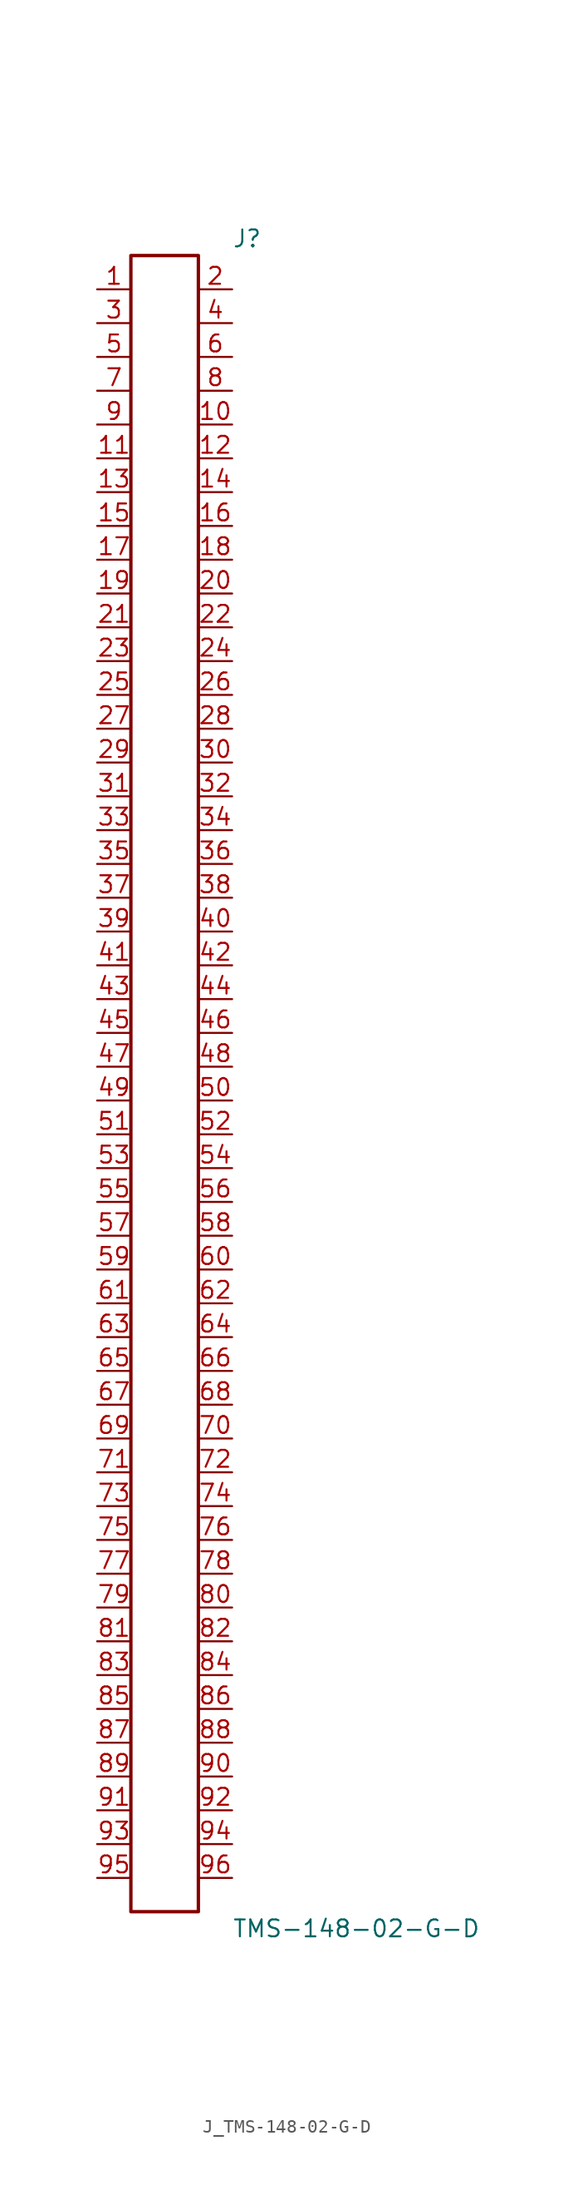
<source format=kicad_sym>
(kicad_symbol_lib
  (version 20231120)
  (generator kicad_symbol_editor)
  (generator_version 8.0)
  (symbol "J_TMS-148-02-G-D"
    (pin_names
      (offset 0.254))
    (property "Reference" "J"
      (at 5.08 63.5 0)
      (effects (font (size 1.27 1.27)) (justify left)))
    (property "Value" "TMS-148-02-G-D"
      (at 5.08 -63.5 0)
      (effects (font (size 1.27 1.27)) (justify left)))
    (symbol "J_TMS-148-02-G-D_0_0"
      (pin unspecified line (at -5.08 59.69 0) (length 2.54) (name "" (effects (font (size 1.27 1.27)))) (number "1" (effects (font (size 1.27 1.27)))))
      (pin unspecified line (at 5.08 59.69 180) (length 2.54) (name "" (effects (font (size 1.27 1.27)))) (number "2" (effects (font (size 1.27 1.27)))))
      (pin unspecified line (at -5.08 57.15 0) (length 2.54) (name "" (effects (font (size 1.27 1.27)))) (number "3" (effects (font (size 1.27 1.27)))))
      (pin unspecified line (at 5.08 57.15 180) (length 2.54) (name "" (effects (font (size 1.27 1.27)))) (number "4" (effects (font (size 1.27 1.27)))))
      (pin unspecified line (at -5.08 54.61 0) (length 2.54) (name "" (effects (font (size 1.27 1.27)))) (number "5" (effects (font (size 1.27 1.27)))))
      (pin unspecified line (at 5.08 54.61 180) (length 2.54) (name "" (effects (font (size 1.27 1.27)))) (number "6" (effects (font (size 1.27 1.27)))))
      (pin unspecified line (at -5.08 52.07 0) (length 2.54) (name "" (effects (font (size 1.27 1.27)))) (number "7" (effects (font (size 1.27 1.27)))))
      (pin unspecified line (at 5.08 52.07 180) (length 2.54) (name "" (effects (font (size 1.27 1.27)))) (number "8" (effects (font (size 1.27 1.27)))))
      (pin unspecified line (at -5.08 49.53 0) (length 2.54) (name "" (effects (font (size 1.27 1.27)))) (number "9" (effects (font (size 1.27 1.27)))))
      (pin unspecified line (at 5.08 49.53 180) (length 2.54) (name "" (effects (font (size 1.27 1.27)))) (number "10" (effects (font (size 1.27 1.27)))))
      (pin unspecified line (at -5.08 46.99 0) (length 2.54) (name "" (effects (font (size 1.27 1.27)))) (number "11" (effects (font (size 1.27 1.27)))))
      (pin unspecified line (at 5.08 46.99 180) (length 2.54) (name "" (effects (font (size 1.27 1.27)))) (number "12" (effects (font (size 1.27 1.27)))))
      (pin unspecified line (at -5.08 44.45 0) (length 2.54) (name "" (effects (font (size 1.27 1.27)))) (number "13" (effects (font (size 1.27 1.27)))))
      (pin unspecified line (at 5.08 44.45 180) (length 2.54) (name "" (effects (font (size 1.27 1.27)))) (number "14" (effects (font (size 1.27 1.27)))))
      (pin unspecified line (at -5.08 41.91 0) (length 2.54) (name "" (effects (font (size 1.27 1.27)))) (number "15" (effects (font (size 1.27 1.27)))))
      (pin unspecified line (at 5.08 41.91 180) (length 2.54) (name "" (effects (font (size 1.27 1.27)))) (number "16" (effects (font (size 1.27 1.27)))))
      (pin unspecified line (at -5.08 39.37 0) (length 2.54) (name "" (effects (font (size 1.27 1.27)))) (number "17" (effects (font (size 1.27 1.27)))))
      (pin unspecified line (at 5.08 39.37 180) (length 2.54) (name "" (effects (font (size 1.27 1.27)))) (number "18" (effects (font (size 1.27 1.27)))))
      (pin unspecified line (at -5.08 36.83 0) (length 2.54) (name "" (effects (font (size 1.27 1.27)))) (number "19" (effects (font (size 1.27 1.27)))))
      (pin unspecified line (at 5.08 36.83 180) (length 2.54) (name "" (effects (font (size 1.27 1.27)))) (number "20" (effects (font (size 1.27 1.27)))))
      (pin unspecified line (at -5.08 34.29 0) (length 2.54) (name "" (effects (font (size 1.27 1.27)))) (number "21" (effects (font (size 1.27 1.27)))))
      (pin unspecified line (at 5.08 34.29 180) (length 2.54) (name "" (effects (font (size 1.27 1.27)))) (number "22" (effects (font (size 1.27 1.27)))))
      (pin unspecified line (at -5.08 31.75 0) (length 2.54) (name "" (effects (font (size 1.27 1.27)))) (number "23" (effects (font (size 1.27 1.27)))))
      (pin unspecified line (at 5.08 31.75 180) (length 2.54) (name "" (effects (font (size 1.27 1.27)))) (number "24" (effects (font (size 1.27 1.27)))))
      (pin unspecified line (at -5.08 29.21 0) (length 2.54) (name "" (effects (font (size 1.27 1.27)))) (number "25" (effects (font (size 1.27 1.27)))))
      (pin unspecified line (at 5.08 29.21 180) (length 2.54) (name "" (effects (font (size 1.27 1.27)))) (number "26" (effects (font (size 1.27 1.27)))))
      (pin unspecified line (at -5.08 26.67 0) (length 2.54) (name "" (effects (font (size 1.27 1.27)))) (number "27" (effects (font (size 1.27 1.27)))))
      (pin unspecified line (at 5.08 26.67 180) (length 2.54) (name "" (effects (font (size 1.27 1.27)))) (number "28" (effects (font (size 1.27 1.27)))))
      (pin unspecified line (at -5.08 24.13 0) (length 2.54) (name "" (effects (font (size 1.27 1.27)))) (number "29" (effects (font (size 1.27 1.27)))))
      (pin unspecified line (at 5.08 24.13 180) (length 2.54) (name "" (effects (font (size 1.27 1.27)))) (number "30" (effects (font (size 1.27 1.27)))))
      (pin unspecified line (at -5.08 21.59 0) (length 2.54) (name "" (effects (font (size 1.27 1.27)))) (number "31" (effects (font (size 1.27 1.27)))))
      (pin unspecified line (at 5.08 21.59 180) (length 2.54) (name "" (effects (font (size 1.27 1.27)))) (number "32" (effects (font (size 1.27 1.27)))))
      (pin unspecified line (at -5.08 19.05 0) (length 2.54) (name "" (effects (font (size 1.27 1.27)))) (number "33" (effects (font (size 1.27 1.27)))))
      (pin unspecified line (at 5.08 19.05 180) (length 2.54) (name "" (effects (font (size 1.27 1.27)))) (number "34" (effects (font (size 1.27 1.27)))))
      (pin unspecified line (at -5.08 16.51 0) (length 2.54) (name "" (effects (font (size 1.27 1.27)))) (number "35" (effects (font (size 1.27 1.27)))))
      (pin unspecified line (at 5.08 16.51 180) (length 2.54) (name "" (effects (font (size 1.27 1.27)))) (number "36" (effects (font (size 1.27 1.27)))))
      (pin unspecified line (at -5.08 13.97 0) (length 2.54) (name "" (effects (font (size 1.27 1.27)))) (number "37" (effects (font (size 1.27 1.27)))))
      (pin unspecified line (at 5.08 13.97 180) (length 2.54) (name "" (effects (font (size 1.27 1.27)))) (number "38" (effects (font (size 1.27 1.27)))))
      (pin unspecified line (at -5.08 11.43 0) (length 2.54) (name "" (effects (font (size 1.27 1.27)))) (number "39" (effects (font (size 1.27 1.27)))))
      (pin unspecified line (at 5.08 11.43 180) (length 2.54) (name "" (effects (font (size 1.27 1.27)))) (number "40" (effects (font (size 1.27 1.27)))))
      (pin unspecified line (at -5.08 8.89 0) (length 2.54) (name "" (effects (font (size 1.27 1.27)))) (number "41" (effects (font (size 1.27 1.27)))))
      (pin unspecified line (at 5.08 8.89 180) (length 2.54) (name "" (effects (font (size 1.27 1.27)))) (number "42" (effects (font (size 1.27 1.27)))))
      (pin unspecified line (at -5.08 6.35 0) (length 2.54) (name "" (effects (font (size 1.27 1.27)))) (number "43" (effects (font (size 1.27 1.27)))))
      (pin unspecified line (at 5.08 6.35 180) (length 2.54) (name "" (effects (font (size 1.27 1.27)))) (number "44" (effects (font (size 1.27 1.27)))))
      (pin unspecified line (at -5.08 3.81 0) (length 2.54) (name "" (effects (font (size 1.27 1.27)))) (number "45" (effects (font (size 1.27 1.27)))))
      (pin unspecified line (at 5.08 3.81 180) (length 2.54) (name "" (effects (font (size 1.27 1.27)))) (number "46" (effects (font (size 1.27 1.27)))))
      (pin unspecified line (at -5.08 1.27 0) (length 2.54) (name "" (effects (font (size 1.27 1.27)))) (number "47" (effects (font (size 1.27 1.27)))))
      (pin unspecified line (at 5.08 1.27 180) (length 2.54) (name "" (effects (font (size 1.27 1.27)))) (number "48" (effects (font (size 1.27 1.27)))))
      (pin unspecified line (at -5.08 -1.27 0) (length 2.54) (name "" (effects (font (size 1.27 1.27)))) (number "49" (effects (font (size 1.27 1.27)))))
      (pin unspecified line (at 5.08 -1.27 180) (length 2.54) (name "" (effects (font (size 1.27 1.27)))) (number "50" (effects (font (size 1.27 1.27)))))
      (pin unspecified line (at -5.08 -3.81 0) (length 2.54) (name "" (effects (font (size 1.27 1.27)))) (number "51" (effects (font (size 1.27 1.27)))))
      (pin unspecified line (at 5.08 -3.81 180) (length 2.54) (name "" (effects (font (size 1.27 1.27)))) (number "52" (effects (font (size 1.27 1.27)))))
      (pin unspecified line (at -5.08 -6.35 0) (length 2.54) (name "" (effects (font (size 1.27 1.27)))) (number "53" (effects (font (size 1.27 1.27)))))
      (pin unspecified line (at 5.08 -6.35 180) (length 2.54) (name "" (effects (font (size 1.27 1.27)))) (number "54" (effects (font (size 1.27 1.27)))))
      (pin unspecified line (at -5.08 -8.89 0) (length 2.54) (name "" (effects (font (size 1.27 1.27)))) (number "55" (effects (font (size 1.27 1.27)))))
      (pin unspecified line (at 5.08 -8.89 180) (length 2.54) (name "" (effects (font (size 1.27 1.27)))) (number "56" (effects (font (size 1.27 1.27)))))
      (pin unspecified line (at -5.08 -11.43 0) (length 2.54) (name "" (effects (font (size 1.27 1.27)))) (number "57" (effects (font (size 1.27 1.27)))))
      (pin unspecified line (at 5.08 -11.43 180) (length 2.54) (name "" (effects (font (size 1.27 1.27)))) (number "58" (effects (font (size 1.27 1.27)))))
      (pin unspecified line (at -5.08 -13.97 0) (length 2.54) (name "" (effects (font (size 1.27 1.27)))) (number "59" (effects (font (size 1.27 1.27)))))
      (pin unspecified line (at 5.08 -13.97 180) (length 2.54) (name "" (effects (font (size 1.27 1.27)))) (number "60" (effects (font (size 1.27 1.27)))))
      (pin unspecified line (at -5.08 -16.51 0) (length 2.54) (name "" (effects (font (size 1.27 1.27)))) (number "61" (effects (font (size 1.27 1.27)))))
      (pin unspecified line (at 5.08 -16.51 180) (length 2.54) (name "" (effects (font (size 1.27 1.27)))) (number "62" (effects (font (size 1.27 1.27)))))
      (pin unspecified line (at -5.08 -19.05 0) (length 2.54) (name "" (effects (font (size 1.27 1.27)))) (number "63" (effects (font (size 1.27 1.27)))))
      (pin unspecified line (at 5.08 -19.05 180) (length 2.54) (name "" (effects (font (size 1.27 1.27)))) (number "64" (effects (font (size 1.27 1.27)))))
      (pin unspecified line (at -5.08 -21.59 0) (length 2.54) (name "" (effects (font (size 1.27 1.27)))) (number "65" (effects (font (size 1.27 1.27)))))
      (pin unspecified line (at 5.08 -21.59 180) (length 2.54) (name "" (effects (font (size 1.27 1.27)))) (number "66" (effects (font (size 1.27 1.27)))))
      (pin unspecified line (at -5.08 -24.13 0) (length 2.54) (name "" (effects (font (size 1.27 1.27)))) (number "67" (effects (font (size 1.27 1.27)))))
      (pin unspecified line (at 5.08 -24.13 180) (length 2.54) (name "" (effects (font (size 1.27 1.27)))) (number "68" (effects (font (size 1.27 1.27)))))
      (pin unspecified line (at -5.08 -26.67 0) (length 2.54) (name "" (effects (font (size 1.27 1.27)))) (number "69" (effects (font (size 1.27 1.27)))))
      (pin unspecified line (at 5.08 -26.67 180) (length 2.54) (name "" (effects (font (size 1.27 1.27)))) (number "70" (effects (font (size 1.27 1.27)))))
      (pin unspecified line (at -5.08 -29.21 0) (length 2.54) (name "" (effects (font (size 1.27 1.27)))) (number "71" (effects (font (size 1.27 1.27)))))
      (pin unspecified line (at 5.08 -29.21 180) (length 2.54) (name "" (effects (font (size 1.27 1.27)))) (number "72" (effects (font (size 1.27 1.27)))))
      (pin unspecified line (at -5.08 -31.75 0) (length 2.54) (name "" (effects (font (size 1.27 1.27)))) (number "73" (effects (font (size 1.27 1.27)))))
      (pin unspecified line (at 5.08 -31.75 180) (length 2.54) (name "" (effects (font (size 1.27 1.27)))) (number "74" (effects (font (size 1.27 1.27)))))
      (pin unspecified line (at -5.08 -34.29 0) (length 2.54) (name "" (effects (font (size 1.27 1.27)))) (number "75" (effects (font (size 1.27 1.27)))))
      (pin unspecified line (at 5.08 -34.29 180) (length 2.54) (name "" (effects (font (size 1.27 1.27)))) (number "76" (effects (font (size 1.27 1.27)))))
      (pin unspecified line (at -5.08 -36.83 0) (length 2.54) (name "" (effects (font (size 1.27 1.27)))) (number "77" (effects (font (size 1.27 1.27)))))
      (pin unspecified line (at 5.08 -36.83 180) (length 2.54) (name "" (effects (font (size 1.27 1.27)))) (number "78" (effects (font (size 1.27 1.27)))))
      (pin unspecified line (at -5.08 -39.37 0) (length 2.54) (name "" (effects (font (size 1.27 1.27)))) (number "79" (effects (font (size 1.27 1.27)))))
      (pin unspecified line (at 5.08 -39.37 180) (length 2.54) (name "" (effects (font (size 1.27 1.27)))) (number "80" (effects (font (size 1.27 1.27)))))
      (pin unspecified line (at -5.08 -41.91 0) (length 2.54) (name "" (effects (font (size 1.27 1.27)))) (number "81" (effects (font (size 1.27 1.27)))))
      (pin unspecified line (at 5.08 -41.91 180) (length 2.54) (name "" (effects (font (size 1.27 1.27)))) (number "82" (effects (font (size 1.27 1.27)))))
      (pin unspecified line (at -5.08 -44.45 0) (length 2.54) (name "" (effects (font (size 1.27 1.27)))) (number "83" (effects (font (size 1.27 1.27)))))
      (pin unspecified line (at 5.08 -44.45 180) (length 2.54) (name "" (effects (font (size 1.27 1.27)))) (number "84" (effects (font (size 1.27 1.27)))))
      (pin unspecified line (at -5.08 -46.99 0) (length 2.54) (name "" (effects (font (size 1.27 1.27)))) (number "85" (effects (font (size 1.27 1.27)))))
      (pin unspecified line (at 5.08 -46.99 180) (length 2.54) (name "" (effects (font (size 1.27 1.27)))) (number "86" (effects (font (size 1.27 1.27)))))
      (pin unspecified line (at -5.08 -49.53 0) (length 2.54) (name "" (effects (font (size 1.27 1.27)))) (number "87" (effects (font (size 1.27 1.27)))))
      (pin unspecified line (at 5.08 -49.53 180) (length 2.54) (name "" (effects (font (size 1.27 1.27)))) (number "88" (effects (font (size 1.27 1.27)))))
      (pin unspecified line (at -5.08 -52.07 0) (length 2.54) (name "" (effects (font (size 1.27 1.27)))) (number "89" (effects (font (size 1.27 1.27)))))
      (pin unspecified line (at 5.08 -52.07 180) (length 2.54) (name "" (effects (font (size 1.27 1.27)))) (number "90" (effects (font (size 1.27 1.27)))))
      (pin unspecified line (at -5.08 -54.61 0) (length 2.54) (name "" (effects (font (size 1.27 1.27)))) (number "91" (effects (font (size 1.27 1.27)))))
      (pin unspecified line (at 5.08 -54.61 180) (length 2.54) (name "" (effects (font (size 1.27 1.27)))) (number "92" (effects (font (size 1.27 1.27)))))
      (pin unspecified line (at -5.08 -57.15 0) (length 2.54) (name "" (effects (font (size 1.27 1.27)))) (number "93" (effects (font (size 1.27 1.27)))))
      (pin unspecified line (at 5.08 -57.15 180) (length 2.54) (name "" (effects (font (size 1.27 1.27)))) (number "94" (effects (font (size 1.27 1.27)))))
      (pin unspecified line (at -5.08 -59.69 0) (length 2.54) (name "" (effects (font (size 1.27 1.27)))) (number "95" (effects (font (size 1.27 1.27)))))
      (pin unspecified line (at 5.08 -59.69 180) (length 2.54) (name "" (effects (font (size 1.27 1.27)))) (number "96" (effects (font (size 1.27 1.27))))))
    (symbol "J_TMS-148-02-G-D_1_0"
      (rectangle (start -2.54 62.23) (end 2.54 -62.23) (stroke (width 0.254) (type solid)) (fill (type none))))))
</source>
